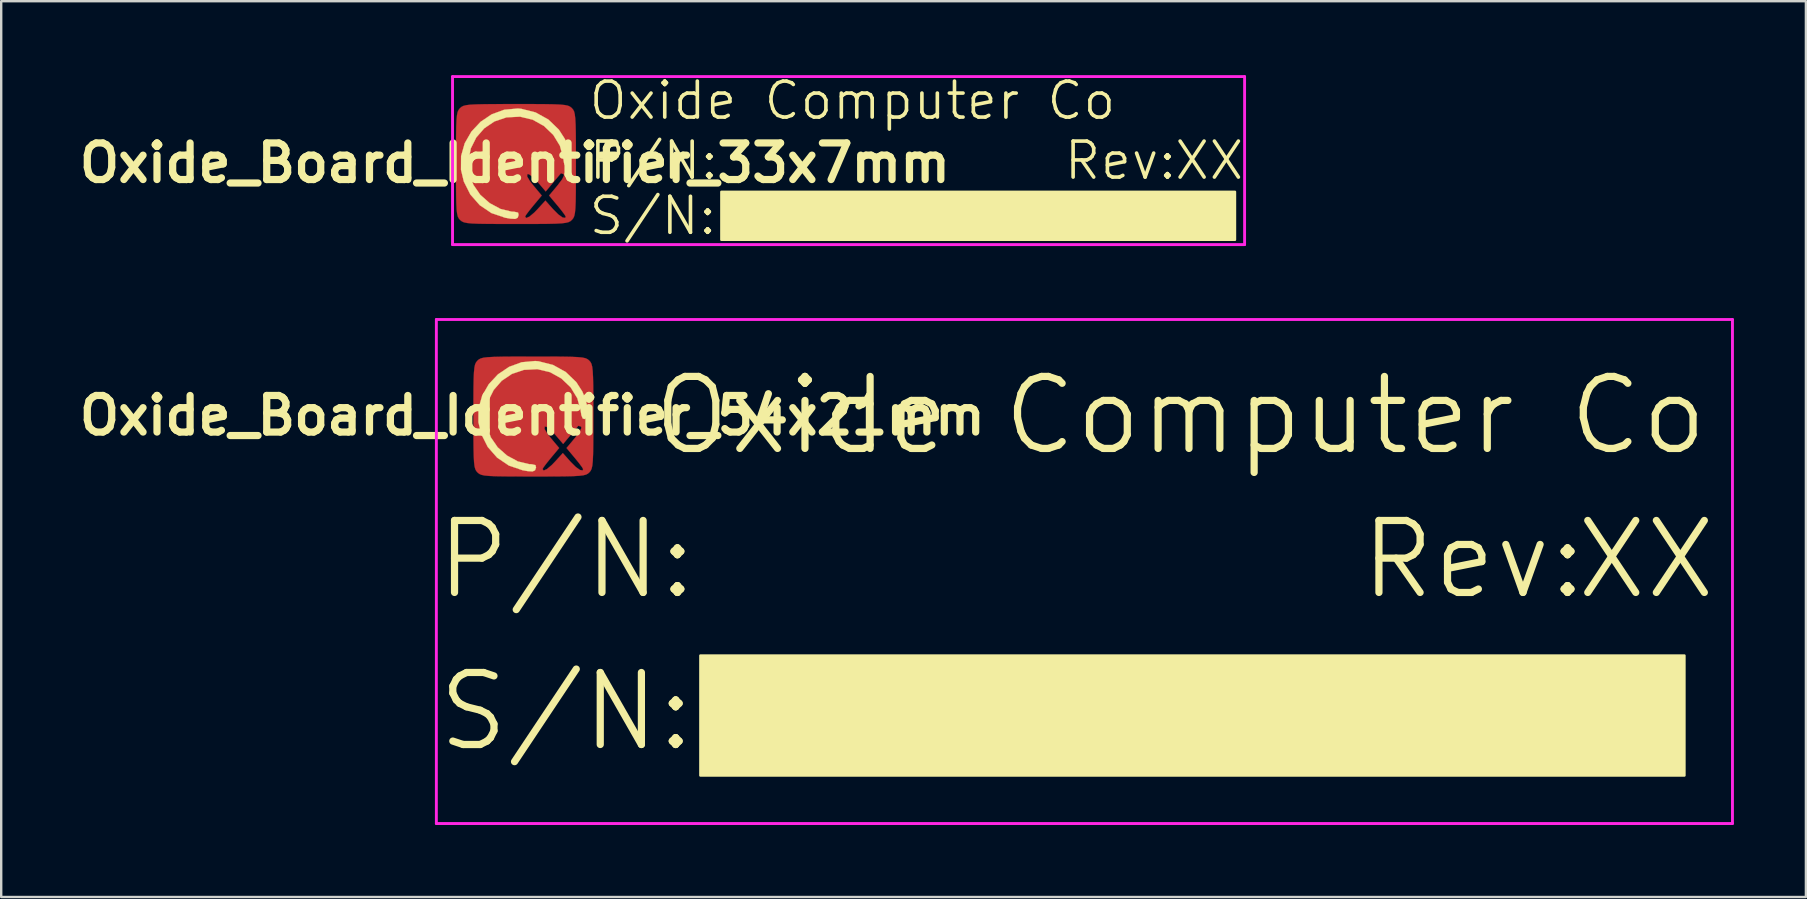
<source format=kicad_pcb>
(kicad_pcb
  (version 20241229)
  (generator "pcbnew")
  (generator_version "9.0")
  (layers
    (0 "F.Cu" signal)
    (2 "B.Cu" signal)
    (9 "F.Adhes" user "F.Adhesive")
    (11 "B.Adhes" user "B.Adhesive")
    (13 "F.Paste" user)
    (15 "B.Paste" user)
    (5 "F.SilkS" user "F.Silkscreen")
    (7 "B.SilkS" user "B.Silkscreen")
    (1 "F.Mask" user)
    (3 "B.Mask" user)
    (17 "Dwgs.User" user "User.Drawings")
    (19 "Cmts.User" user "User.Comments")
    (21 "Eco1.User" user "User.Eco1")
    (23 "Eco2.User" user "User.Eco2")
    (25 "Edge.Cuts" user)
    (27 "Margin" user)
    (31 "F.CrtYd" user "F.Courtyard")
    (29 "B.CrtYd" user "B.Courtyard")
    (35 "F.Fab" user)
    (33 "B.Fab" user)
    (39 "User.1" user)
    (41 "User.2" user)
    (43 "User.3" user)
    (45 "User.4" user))
  (footprint "Oxide_Board_Identifier_33x7mm"
    (layer "F.Cu")
    (at 18.404 3.741)
    (property "Reference" "Oxide_Board_Identifier_33x7mm" (at 0 0 0) (layer "F.SilkS") (effects (font (size 1.524 1.524) (thickness 0.3))))
    (attr exclude_from_pos_files exclude_from_bom)
    (fp_poly (pts (xy 0.705 -2.455) (xy 1.218 -2.452) (xy 1.605 -2.445) (xy 1.884 -2.433) (xy 2.078 -2.414) (xy 2.208 -2.387) (xy 2.293 -2.349) (xy 2.356 -2.301) (xy 2.371 -2.286) (xy 2.423 -2.226) (xy 2.463 -2.148) (xy 2.492 -2.032) (xy 2.513 -1.857) (xy 2.527 -1.601) (xy 2.535 -1.244) (xy 2.539 -0.766) (xy 2.54 -0.144) (xy 2.54 0.042) (xy 2.539 0.705) (xy 2.536 1.218) (xy 2.53 1.605) (xy 2.518 1.884) (xy 2.499 2.078) (xy 2.471 2.208) (xy 2.434 2.293) (xy 2.385 2.356) (xy 2.371 2.371) (xy 2.311 2.423) (xy 2.233 2.463) (xy 2.117 2.492) (xy 1.942 2.513) (xy 1.686 2.527) (xy 1.329 2.535) (xy 0.85 2.539) (xy 0.228 2.54) (xy 0.042 2.54) (xy -0.62 2.539) (xy -1.134 2.536) (xy -1.52 2.53) (xy -1.8 2.518) (xy -1.994 2.499) (xy -2.123 2.471) (xy -2.208 2.434) (xy -2.271 2.385) (xy -2.286 2.371) (xy -2.338 2.311) (xy -2.378 2.233) (xy -2.408 2.117) (xy -2.429 1.942) (xy -2.442 1.686) (xy -2.45 1.329) (xy -2.454 0.85) (xy -2.455 0.228) (xy -2.455 0.042) (xy -2.455 -0.136) (xy -2.193 -0.136) (xy -2.179 0.368) (xy -2.059 0.858) (xy -1.828 1.313) (xy -1.486 1.711) (xy -1.03 2.028) (xy -0.593 2.207) (xy -0.33 2.264) (xy -0.087 2.279) (xy 0.088 2.254) (xy 0.107 2.234) (xy 0.423 2.234) (xy 0.473 2.293) (xy 0.608 2.232) (xy 0.808 2.064) (xy 0.941 1.926) (xy 1.27 1.566) (xy 1.59 1.926) (xy 1.807 2.143) (xy 1.983 2.269) (xy 2.092 2.289) (xy 2.117 2.234) (xy 2.066 2.147) (xy 1.935 1.972) (xy 1.77 1.769) (xy 1.424 1.355) (xy 1.773 0.938) (xy 1.964 0.685) (xy 2.044 0.52) (xy 2.029 0.464) (xy 1.925 0.429) (xy 1.909 0.436) (xy 1.844 0.512) (xy 1.705 0.678) (xy 1.582 0.826) (xy 1.283 1.185) (xy 0.948 0.793) (xy 0.743 0.58) (xy 0.584 0.467) (xy 0.516 0.461) (xy 0.507 0.56) (xy 0.63 0.764) (xy 0.767 0.938) (xy 1.116 1.355) (xy 0.77 1.769) (xy 0.591 1.99) (xy 0.465 2.159) (xy 0.423 2.234) (xy 0.107 2.234) (xy 0.15 2.19) (xy 0.148 2.18) (xy 0.05 2.107) (xy -0.158 2.041) (xy -0.282 2.018) (xy -0.807 1.866) (xy -1.245 1.591) (xy -1.587 1.219) (xy -1.824 0.775) (xy -1.949 0.287) (xy -1.953 -0.22) (xy -1.827 -0.719) (xy -1.562 -1.184) (xy -1.385 -1.385) (xy -0.935 -1.725) (xy -0.425 -1.92) (xy 0.111 -1.972) (xy 0.644 -1.879) (xy 1.141 -1.641) (xy 1.425 -1.414) (xy 1.757 -1.022) (xy 1.952 -0.591) (xy 2.02 -0.269) (xy 2.079 -0.018) (xy 2.156 0.127) (xy 2.23 0.149) (xy 2.278 0.036) (xy 2.286 -0.089) (xy 2.228 -0.561) (xy 2.043 -0.994) (xy 1.715 -1.422) (xy 1.612 -1.529) (xy 1.187 -1.89) (xy 0.756 -2.105) (xy 0.271 -2.192) (xy -0.146 -2.185) (xy -0.729 -2.07) (xy -1.218 -1.835) (xy -1.611 -1.502) (xy -1.906 -1.093) (xy -2.101 -0.63) (xy -2.193 -0.136) (xy -2.455 -0.136) (xy -2.455 -0.62) (xy -2.452 -1.134) (xy -2.445 -1.52) (xy -2.433 -1.8) (xy -2.414 -1.994) (xy -2.387 -2.123) (xy -2.349 -2.208) (xy -2.301 -2.271) (xy -2.286 -2.286) (xy -2.226 -2.338) (xy -2.148 -2.378) (xy -2.032 -2.408) (xy -1.857 -2.429) (xy -1.601 -2.442) (xy -1.244 -2.45) (xy -0.766 -2.454) (xy -0.144 -2.455) (xy 0.042 -2.455) (xy 0.705 -2.455)) (stroke (width 0.01) (type solid)) (fill yes) (layer "F.Cu"))
    (fp_poly (pts (xy 0.705 -2.455) (xy 1.218 -2.452) (xy 1.605 -2.445) (xy 1.884 -2.433) (xy 2.078 -2.414) (xy 2.208 -2.387) (xy 2.293 -2.349) (xy 2.356 -2.301) (xy 2.371 -2.286) (xy 2.423 -2.226) (xy 2.463 -2.148) (xy 2.492 -2.032) (xy 2.513 -1.857) (xy 2.527 -1.601) (xy 2.535 -1.244) (xy 2.539 -0.766) (xy 2.54 -0.144) (xy 2.54 0.042) (xy 2.539 0.705) (xy 2.536 1.218) (xy 2.53 1.605) (xy 2.518 1.884) (xy 2.499 2.078) (xy 2.471 2.208) (xy 2.434 2.293) (xy 2.385 2.356) (xy 2.371 2.371) (xy 2.311 2.423) (xy 2.233 2.463) (xy 2.117 2.492) (xy 1.942 2.513) (xy 1.686 2.527) (xy 1.329 2.535) (xy 0.85 2.539) (xy 0.228 2.54) (xy 0.042 2.54) (xy -0.62 2.539) (xy -1.134 2.536) (xy -1.52 2.53) (xy -1.8 2.518) (xy -1.994 2.499) (xy -2.123 2.471) (xy -2.208 2.434) (xy -2.271 2.385) (xy -2.286 2.371) (xy -2.338 2.311) (xy -2.378 2.233) (xy -2.408 2.117) (xy -2.429 1.942) (xy -2.442 1.686) (xy -2.45 1.329) (xy -2.454 0.85) (xy -2.455 0.228) (xy -2.455 0.042) (xy -2.455 -0.136) (xy -2.193 -0.136) (xy -2.179 0.368) (xy -2.059 0.858) (xy -1.828 1.313) (xy -1.486 1.711) (xy -1.03 2.028) (xy -0.593 2.207) (xy -0.33 2.264) (xy -0.087 2.279) (xy 0.088 2.254) (xy 0.107 2.234) (xy 0.423 2.234) (xy 0.473 2.293) (xy 0.608 2.232) (xy 0.808 2.064) (xy 0.941 1.926) (xy 1.27 1.566) (xy 1.59 1.926) (xy 1.807 2.143) (xy 1.983 2.269) (xy 2.092 2.289) (xy 2.117 2.234) (xy 2.066 2.147) (xy 1.935 1.972) (xy 1.77 1.769) (xy 1.424 1.355) (xy 1.773 0.938) (xy 1.964 0.685) (xy 2.044 0.52) (xy 2.029 0.464) (xy 1.925 0.429) (xy 1.909 0.436) (xy 1.844 0.512) (xy 1.705 0.678) (xy 1.582 0.826) (xy 1.283 1.185) (xy 0.948 0.793) (xy 0.743 0.58) (xy 0.584 0.467) (xy 0.516 0.461) (xy 0.507 0.56) (xy 0.63 0.764) (xy 0.767 0.938) (xy 1.116 1.355) (xy 0.77 1.769) (xy 0.591 1.99) (xy 0.465 2.159) (xy 0.423 2.234) (xy 0.107 2.234) (xy 0.15 2.19) (xy 0.148 2.18) (xy 0.05 2.107) (xy -0.158 2.041) (xy -0.282 2.018) (xy -0.807 1.866) (xy -1.245 1.591) (xy -1.587 1.219) (xy -1.824 0.775) (xy -1.949 0.287) (xy -1.953 -0.22) (xy -1.827 -0.719) (xy -1.562 -1.184) (xy -1.385 -1.385) (xy -0.935 -1.725) (xy -0.425 -1.92) (xy 0.111 -1.972) (xy 0.644 -1.879) (xy 1.141 -1.641) (xy 1.425 -1.414) (xy 1.757 -1.022) (xy 1.952 -0.591) (xy 2.02 -0.269) (xy 2.079 -0.018) (xy 2.156 0.127) (xy 2.23 0.149) (xy 2.278 0.036) (xy 2.286 -0.089) (xy 2.228 -0.561) (xy 2.043 -0.994) (xy 1.715 -1.422) (xy 1.612 -1.529) (xy 1.187 -1.89) (xy 0.756 -2.105) (xy 0.271 -2.192) (xy -0.146 -2.185) (xy -0.729 -2.07) (xy -1.218 -1.835) (xy -1.611 -1.502) (xy -1.906 -1.093) (xy -2.101 -0.63) (xy -2.193 -0.136) (xy -2.455 -0.136) (xy -2.455 -0.62) (xy -2.452 -1.134) (xy -2.445 -1.52) (xy -2.433 -1.8) (xy -2.414 -1.994) (xy -2.387 -2.123) (xy -2.349 -2.208) (xy -2.301 -2.271) (xy -2.286 -2.286) (xy -2.226 -2.338) (xy -2.148 -2.378) (xy -2.032 -2.408) (xy -1.857 -2.429) (xy -1.601 -2.442) (xy -1.244 -2.45) (xy -0.766 -2.454) (xy -0.144 -2.455) (xy 0.042 -2.455) (xy 0.705 -2.455)) (stroke (width 0.01) (type solid)) (fill yes) (layer "F.Mask"))
    (fp_poly (pts (xy 30 3.2) (xy 8.6 3.2) (xy 8.6 1.2) (xy 30 1.2)) (stroke (width 0.1) (type solid)) (fill yes) (layer "F.SilkS"))
    (fp_poly (pts (xy 0.262 -2.258) (xy 0.862 -2.106) (xy 1.393 -1.811) (xy 1.83 -1.39) (xy 2.08 -1.002) (xy 2.213 -0.681) (xy 2.29 -0.365) (xy 2.309 -0.094) (xy 2.266 0.091) (xy 2.192 0.149) (xy 2.1 0.127) (xy 2.043 -0.008) (xy 2.011 -0.211) (xy 1.873 -0.719) (xy 1.596 -1.172) (xy 1.209 -1.542) (xy 0.74 -1.804) (xy 0.218 -1.929) (xy 0.206 -1.93) (xy -0.353 -1.901) (xy -0.853 -1.732) (xy -1.277 -1.446) (xy -1.609 -1.066) (xy -1.835 -0.615) (xy -1.939 -0.116) (xy -1.905 0.409) (xy -1.732 0.908) (xy -1.444 1.326) (xy -1.053 1.671) (xy -0.602 1.914) (xy -0.135 2.027) (xy -0.025 2.032) (xy 0.131 2.067) (xy 0.154 2.173) (xy 0.11 2.284) (xy 0.009 2.33) (xy -0.19 2.318) (xy -0.411 2.279) (xy -0.979 2.086) (xy -1.468 1.756) (xy -1.858 1.312) (xy -2.129 0.774) (xy -2.248 0.279) (xy -2.244 -0.288) (xy -2.092 -0.824) (xy -1.814 -1.307) (xy -1.433 -1.715) (xy -0.97 -2.027) (xy -0.446 -2.219) (xy 0.116 -2.27) (xy 0.262 -2.258)) (stroke (width 0.01) (type solid)) (fill yes) (layer "F.SilkS"))
    (fp_line (start -2.6 -3.6) (end 30.4 -3.6) (stroke (width 0.12) (type solid)) (layer "F.CrtYd"))
    (fp_line (start -2.6 3.4) (end -2.6 -3.6) (stroke (width 0.12) (type solid)) (layer "F.CrtYd"))
    (fp_line (start 30.4 -3.6) (end 30.4 3.4) (stroke (width 0.12) (type solid)) (layer "F.CrtYd"))
    (fp_line (start 30.4 3.4) (end -2.6 3.4) (stroke (width 0.12) (type solid)) (layer "F.CrtYd"))
    (fp_text user "XX" (at 27.4 -0.1 0) (layer "F.SilkS") (effects (font (size 1.5 1.5) (thickness 0.15)) (justify left)))
    (fp_text user "Rev:" (at 22.8 -0.1 0) (layer "F.SilkS") (effects (font (size 1.5 1.5) (thickness 0.15)) (justify left)))
    (fp_text user "P/N:" (at 3 -0.1 0) (layer "F.SilkS") (effects (font (size 1.5 1.5) (thickness 0.15)) (justify left)))
    (fp_text user "S/N:" (at 3 2.2 0) (layer "F.SilkS") (effects (font (size 1.5 1.5) (thickness 0.15)) (justify left)))
    (fp_text user "Oxide Computer Co" (at 3 -2.6 0) (layer "F.SilkS") (effects (font (size 1.5 1.5) (thickness 0.15)) (justify left))))
  (footprint "Oxide_Board_Identifier_54x21mm"
    (layer "F.Cu")
    (at 19.13 14.261)
    (property "Reference" "Oxide_Board_Identifier_54x21mm" (at 0 0 0) (layer "F.SilkS") (effects (font (size 1.524 1.524) (thickness 0.3))))
    (attr exclude_from_pos_files exclude_from_bom)
    (fp_poly (pts (xy 0.705 -2.455) (xy 1.218 -2.452) (xy 1.605 -2.445) (xy 1.884 -2.433) (xy 2.078 -2.414) (xy 2.208 -2.387) (xy 2.293 -2.349) (xy 2.356 -2.301) (xy 2.371 -2.286) (xy 2.423 -2.226) (xy 2.463 -2.148) (xy 2.492 -2.032) (xy 2.513 -1.857) (xy 2.527 -1.601) (xy 2.535 -1.244) (xy 2.539 -0.766) (xy 2.54 -0.144) (xy 2.54 0.042) (xy 2.539 0.705) (xy 2.536 1.218) (xy 2.53 1.605) (xy 2.518 1.884) (xy 2.499 2.078) (xy 2.471 2.208) (xy 2.434 2.293) (xy 2.385 2.356) (xy 2.371 2.371) (xy 2.311 2.423) (xy 2.233 2.463) (xy 2.117 2.492) (xy 1.942 2.513) (xy 1.686 2.527) (xy 1.329 2.535) (xy 0.85 2.539) (xy 0.228 2.54) (xy 0.042 2.54) (xy -0.62 2.539) (xy -1.134 2.536) (xy -1.52 2.53) (xy -1.8 2.518) (xy -1.994 2.499) (xy -2.123 2.471) (xy -2.208 2.434) (xy -2.271 2.385) (xy -2.286 2.371) (xy -2.338 2.311) (xy -2.378 2.233) (xy -2.408 2.117) (xy -2.429 1.942) (xy -2.442 1.686) (xy -2.45 1.329) (xy -2.454 0.85) (xy -2.455 0.228) (xy -2.455 0.042) (xy -2.455 -0.136) (xy -2.193 -0.136) (xy -2.179 0.368) (xy -2.059 0.858) (xy -1.828 1.313) (xy -1.486 1.711) (xy -1.03 2.028) (xy -0.593 2.207) (xy -0.33 2.264) (xy -0.087 2.279) (xy 0.088 2.254) (xy 0.107 2.234) (xy 0.423 2.234) (xy 0.473 2.293) (xy 0.608 2.232) (xy 0.808 2.064) (xy 0.941 1.926) (xy 1.27 1.566) (xy 1.59 1.926) (xy 1.807 2.143) (xy 1.983 2.269) (xy 2.092 2.289) (xy 2.117 2.234) (xy 2.066 2.147) (xy 1.935 1.972) (xy 1.77 1.769) (xy 1.424 1.355) (xy 1.773 0.938) (xy 1.964 0.685) (xy 2.044 0.52) (xy 2.029 0.464) (xy 1.925 0.429) (xy 1.909 0.436) (xy 1.844 0.512) (xy 1.705 0.678) (xy 1.582 0.826) (xy 1.283 1.185) (xy 0.948 0.793) (xy 0.743 0.58) (xy 0.584 0.467) (xy 0.516 0.461) (xy 0.507 0.56) (xy 0.63 0.764) (xy 0.767 0.938) (xy 1.116 1.355) (xy 0.77 1.769) (xy 0.591 1.99) (xy 0.465 2.159) (xy 0.423 2.234) (xy 0.107 2.234) (xy 0.15 2.19) (xy 0.148 2.18) (xy 0.05 2.107) (xy -0.158 2.041) (xy -0.282 2.018) (xy -0.807 1.866) (xy -1.245 1.591) (xy -1.587 1.219) (xy -1.824 0.775) (xy -1.949 0.287) (xy -1.953 -0.22) (xy -1.827 -0.719) (xy -1.562 -1.184) (xy -1.385 -1.385) (xy -0.935 -1.725) (xy -0.425 -1.92) (xy 0.111 -1.972) (xy 0.644 -1.879) (xy 1.141 -1.641) (xy 1.425 -1.414) (xy 1.757 -1.022) (xy 1.952 -0.591) (xy 2.02 -0.269) (xy 2.079 -0.018) (xy 2.156 0.127) (xy 2.23 0.149) (xy 2.278 0.036) (xy 2.286 -0.089) (xy 2.228 -0.561) (xy 2.043 -0.994) (xy 1.715 -1.422) (xy 1.612 -1.529) (xy 1.187 -1.89) (xy 0.756 -2.105) (xy 0.271 -2.192) (xy -0.146 -2.185) (xy -0.729 -2.07) (xy -1.218 -1.835) (xy -1.611 -1.502) (xy -1.906 -1.093) (xy -2.101 -0.63) (xy -2.193 -0.136) (xy -2.455 -0.136) (xy -2.455 -0.62) (xy -2.452 -1.134) (xy -2.445 -1.52) (xy -2.433 -1.8) (xy -2.414 -1.994) (xy -2.387 -2.123) (xy -2.349 -2.208) (xy -2.301 -2.271) (xy -2.286 -2.286) (xy -2.226 -2.338) (xy -2.148 -2.378) (xy -2.032 -2.408) (xy -1.857 -2.429) (xy -1.601 -2.442) (xy -1.244 -2.45) (xy -0.766 -2.454) (xy -0.144 -2.455) (xy 0.042 -2.455) (xy 0.705 -2.455)) (stroke (width 0.01) (type solid)) (fill yes) (layer "F.Cu"))
    (fp_poly (pts (xy 0.705 -2.455) (xy 1.218 -2.452) (xy 1.605 -2.445) (xy 1.884 -2.433) (xy 2.078 -2.414) (xy 2.208 -2.387) (xy 2.293 -2.349) (xy 2.356 -2.301) (xy 2.371 -2.286) (xy 2.423 -2.226) (xy 2.463 -2.148) (xy 2.492 -2.032) (xy 2.513 -1.857) (xy 2.527 -1.601) (xy 2.535 -1.244) (xy 2.539 -0.766) (xy 2.54 -0.144) (xy 2.54 0.042) (xy 2.539 0.705) (xy 2.536 1.218) (xy 2.53 1.605) (xy 2.518 1.884) (xy 2.499 2.078) (xy 2.471 2.208) (xy 2.434 2.293) (xy 2.385 2.356) (xy 2.371 2.371) (xy 2.311 2.423) (xy 2.233 2.463) (xy 2.117 2.492) (xy 1.942 2.513) (xy 1.686 2.527) (xy 1.329 2.535) (xy 0.85 2.539) (xy 0.228 2.54) (xy 0.042 2.54) (xy -0.62 2.539) (xy -1.134 2.536) (xy -1.52 2.53) (xy -1.8 2.518) (xy -1.994 2.499) (xy -2.123 2.471) (xy -2.208 2.434) (xy -2.271 2.385) (xy -2.286 2.371) (xy -2.338 2.311) (xy -2.378 2.233) (xy -2.408 2.117) (xy -2.429 1.942) (xy -2.442 1.686) (xy -2.45 1.329) (xy -2.454 0.85) (xy -2.455 0.228) (xy -2.455 0.042) (xy -2.455 -0.136) (xy -2.193 -0.136) (xy -2.179 0.368) (xy -2.059 0.858) (xy -1.828 1.313) (xy -1.486 1.711) (xy -1.03 2.028) (xy -0.593 2.207) (xy -0.33 2.264) (xy -0.087 2.279) (xy 0.088 2.254) (xy 0.107 2.234) (xy 0.423 2.234) (xy 0.473 2.293) (xy 0.608 2.232) (xy 0.808 2.064) (xy 0.941 1.926) (xy 1.27 1.566) (xy 1.59 1.926) (xy 1.807 2.143) (xy 1.983 2.269) (xy 2.092 2.289) (xy 2.117 2.234) (xy 2.066 2.147) (xy 1.935 1.972) (xy 1.77 1.769) (xy 1.424 1.355) (xy 1.773 0.938) (xy 1.964 0.685) (xy 2.044 0.52) (xy 2.029 0.464) (xy 1.925 0.429) (xy 1.909 0.436) (xy 1.844 0.512) (xy 1.705 0.678) (xy 1.582 0.826) (xy 1.283 1.185) (xy 0.948 0.793) (xy 0.743 0.58) (xy 0.584 0.467) (xy 0.516 0.461) (xy 0.507 0.56) (xy 0.63 0.764) (xy 0.767 0.938) (xy 1.116 1.355) (xy 0.77 1.769) (xy 0.591 1.99) (xy 0.465 2.159) (xy 0.423 2.234) (xy 0.107 2.234) (xy 0.15 2.19) (xy 0.148 2.18) (xy 0.05 2.107) (xy -0.158 2.041) (xy -0.282 2.018) (xy -0.807 1.866) (xy -1.245 1.591) (xy -1.587 1.219) (xy -1.824 0.775) (xy -1.949 0.287) (xy -1.953 -0.22) (xy -1.827 -0.719) (xy -1.562 -1.184) (xy -1.385 -1.385) (xy -0.935 -1.725) (xy -0.425 -1.92) (xy 0.111 -1.972) (xy 0.644 -1.879) (xy 1.141 -1.641) (xy 1.425 -1.414) (xy 1.757 -1.022) (xy 1.952 -0.591) (xy 2.02 -0.269) (xy 2.079 -0.018) (xy 2.156 0.127) (xy 2.23 0.149) (xy 2.278 0.036) (xy 2.286 -0.089) (xy 2.228 -0.561) (xy 2.043 -0.994) (xy 1.715 -1.422) (xy 1.612 -1.529) (xy 1.187 -1.89) (xy 0.756 -2.105) (xy 0.271 -2.192) (xy -0.146 -2.185) (xy -0.729 -2.07) (xy -1.218 -1.835) (xy -1.611 -1.502) (xy -1.906 -1.093) (xy -2.101 -0.63) (xy -2.193 -0.136) (xy -2.455 -0.136) (xy -2.455 -0.62) (xy -2.452 -1.134) (xy -2.445 -1.52) (xy -2.433 -1.8) (xy -2.414 -1.994) (xy -2.387 -2.123) (xy -2.349 -2.208) (xy -2.301 -2.271) (xy -2.286 -2.286) (xy -2.226 -2.338) (xy -2.148 -2.378) (xy -2.032 -2.408) (xy -1.857 -2.429) (xy -1.601 -2.442) (xy -1.244 -2.45) (xy -0.766 -2.454) (xy -0.144 -2.455) (xy 0.042 -2.455) (xy 0.705 -2.455)) (stroke (width 0.01) (type solid)) (fill yes) (layer "F.Mask"))
    (fp_poly (pts (xy 48 15) (xy 7 15) (xy 7 10) (xy 48 10)) (stroke (width 0.1) (type solid)) (fill yes) (layer "F.SilkS"))
    (fp_poly (pts (xy 0.262 -2.258) (xy 0.862 -2.106) (xy 1.393 -1.811) (xy 1.83 -1.39) (xy 2.08 -1.002) (xy 2.213 -0.681) (xy 2.29 -0.365) (xy 2.309 -0.094) (xy 2.266 0.091) (xy 2.192 0.149) (xy 2.1 0.127) (xy 2.043 -0.008) (xy 2.011 -0.211) (xy 1.873 -0.719) (xy 1.596 -1.172) (xy 1.209 -1.542) (xy 0.74 -1.804) (xy 0.218 -1.929) (xy 0.206 -1.93) (xy -0.353 -1.901) (xy -0.853 -1.732) (xy -1.277 -1.446) (xy -1.609 -1.066) (xy -1.835 -0.615) (xy -1.939 -0.116) (xy -1.905 0.409) (xy -1.732 0.908) (xy -1.444 1.326) (xy -1.053 1.671) (xy -0.602 1.914) (xy -0.135 2.027) (xy -0.025 2.032) (xy 0.131 2.067) (xy 0.154 2.173) (xy 0.11 2.284) (xy 0.009 2.33) (xy -0.19 2.318) (xy -0.411 2.279) (xy -0.979 2.086) (xy -1.468 1.756) (xy -1.858 1.312) (xy -2.129 0.774) (xy -2.248 0.279) (xy -2.244 -0.288) (xy -2.092 -0.824) (xy -1.814 -1.307) (xy -1.433 -1.715) (xy -0.97 -2.027) (xy -0.446 -2.219) (xy 0.116 -2.27) (xy 0.262 -2.258)) (stroke (width 0.01) (type solid)) (fill yes) (layer "F.SilkS"))
    (fp_line (start -4 -4) (end 50 -4) (stroke (width 0.12) (type solid)) (layer "F.CrtYd"))
    (fp_line (start -4 17) (end -4 -4) (stroke (width 0.12) (type solid)) (layer "F.CrtYd"))
    (fp_line (start 50 -4) (end 50 17) (stroke (width 0.12) (type solid)) (layer "F.CrtYd"))
    (fp_line (start 50 17) (end -4 17) (stroke (width 0.12) (type solid)) (layer "F.CrtYd"))
    (fp_text user "S/N:" (at 1.4 12.335 0) (layer "F.SilkS") (effects (font (size 3 3) (thickness 0.3))))
    (fp_text user "XX" (at 46.4 6 0) (layer "F.SilkS") (effects (font (size 3 3) (thickness 0.3))))
    (fp_text user "Oxide Computer Co" (at 27 0 0) (layer "F.SilkS") (effects (font (size 3 3) (thickness 0.3))))
    (fp_text user "P/N:" (at 1.4 6 0) (layer "F.SilkS") (effects (font (size 3 3) (thickness 0.3))))
    (fp_text user "Rev:" (at 39.2 6 0) (layer "F.SilkS") (effects (font (size 3 3) (thickness 0.3)))))
  (gr_rect
    (start -3 -3)
    (end 72.19 34.321)
    (stroke (width 0.1) (type default))
    (fill no)
    (layer "Edge.Cuts")))
</source>
